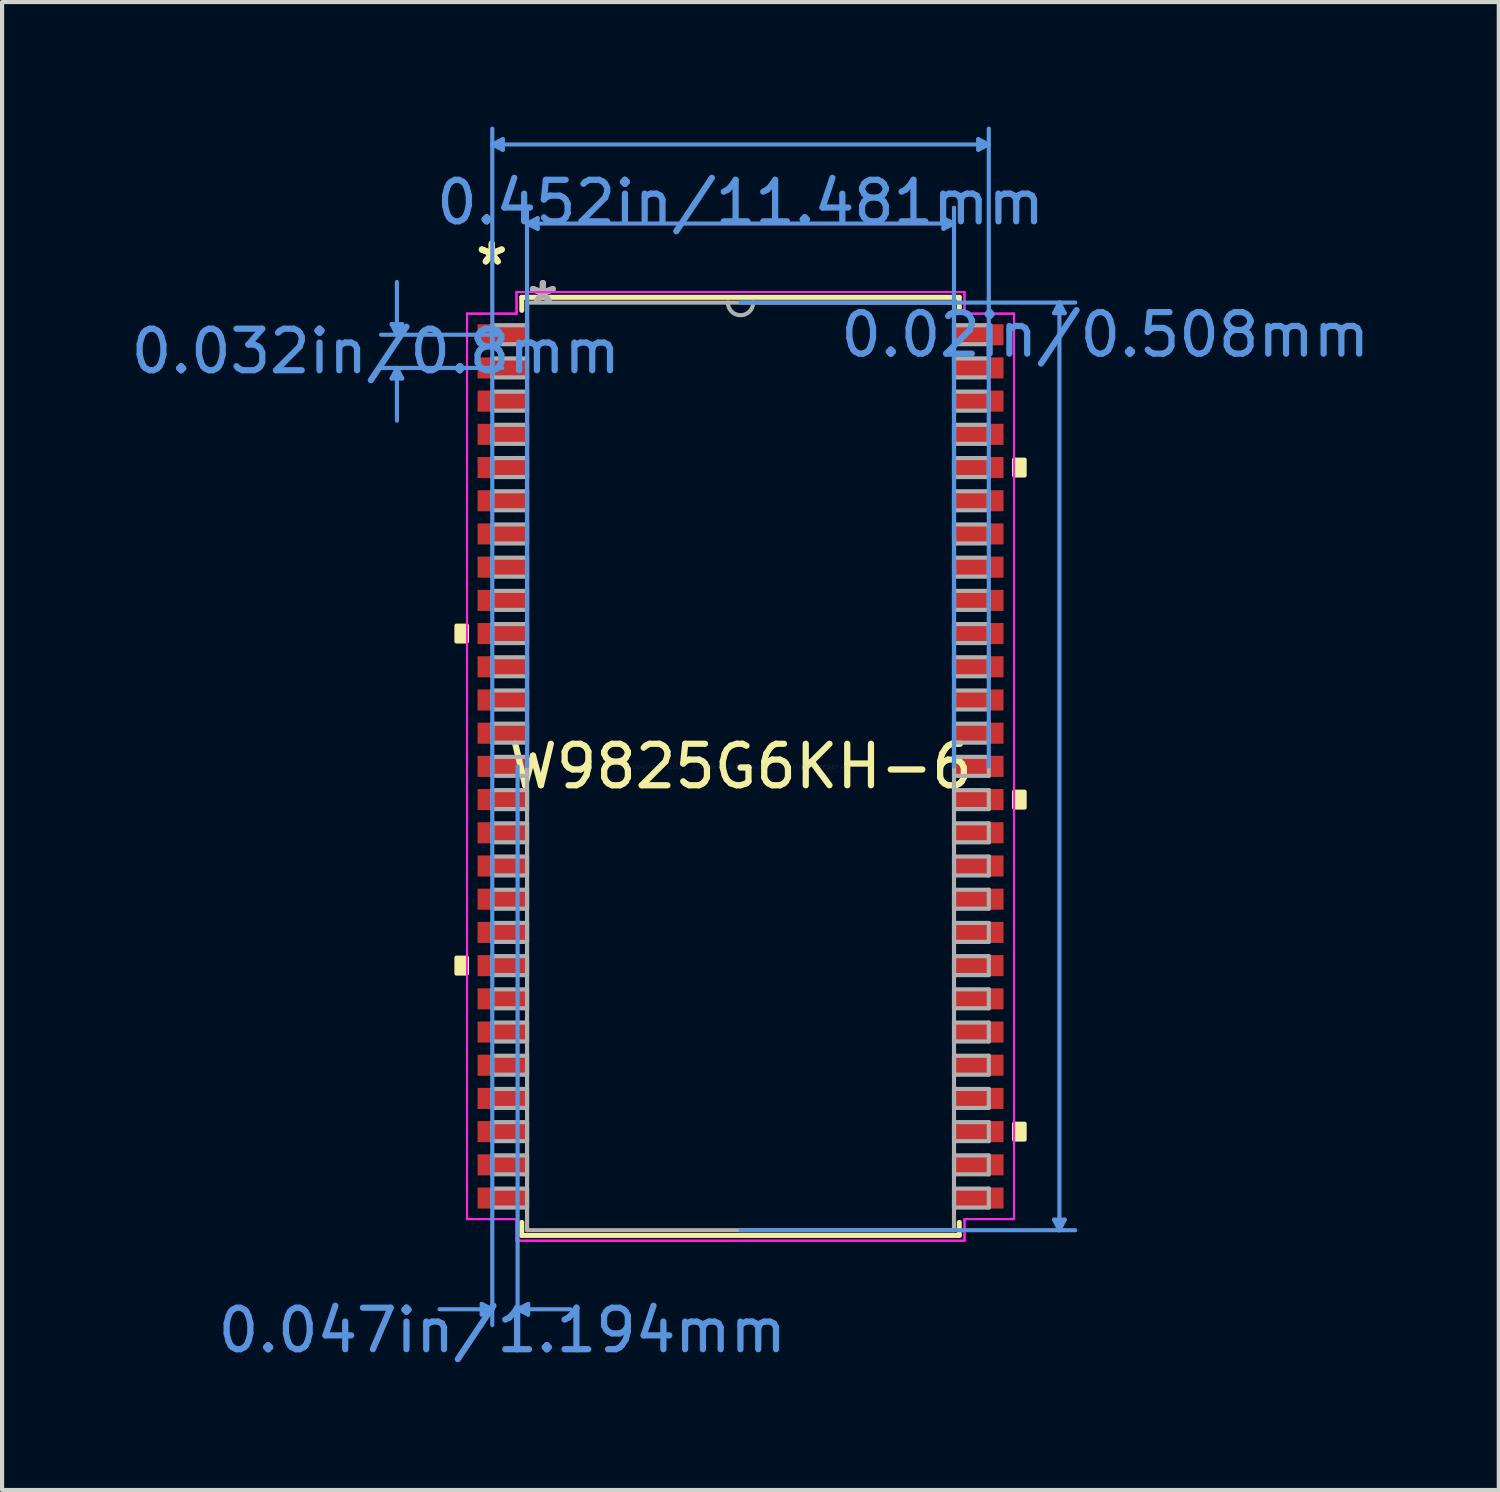
<source format=kicad_pcb>
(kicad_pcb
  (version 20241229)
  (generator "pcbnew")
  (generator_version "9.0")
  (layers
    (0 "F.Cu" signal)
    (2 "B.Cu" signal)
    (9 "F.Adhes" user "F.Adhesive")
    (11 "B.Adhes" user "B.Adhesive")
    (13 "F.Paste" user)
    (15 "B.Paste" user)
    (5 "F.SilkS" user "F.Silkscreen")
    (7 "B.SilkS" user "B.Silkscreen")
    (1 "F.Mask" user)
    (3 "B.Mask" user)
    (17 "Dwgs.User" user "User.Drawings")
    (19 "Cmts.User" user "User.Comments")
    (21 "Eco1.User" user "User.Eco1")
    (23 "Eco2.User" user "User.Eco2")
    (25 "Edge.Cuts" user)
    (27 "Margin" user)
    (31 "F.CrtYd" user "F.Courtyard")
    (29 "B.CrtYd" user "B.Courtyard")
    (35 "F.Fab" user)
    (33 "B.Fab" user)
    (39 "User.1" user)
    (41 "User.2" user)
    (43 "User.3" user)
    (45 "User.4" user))
  (footprint "W9825G6KH-6"
    (layer "F.Cu")
    (at 14.794 15.417)
    (property "Reference" "W9825G6KH-6" (at 0 0 0) (layer "F.SilkS") (effects (font (size 1 1) (thickness 0.15))))
    (attr through_hole)
    (fp_line (start -5.271 -11.303) (end -5.271 -10.988) (stroke (width 0.12) (type solid)) (layer "F.SilkS"))
    (fp_line (start -5.271 10.988) (end -5.271 11.303) (stroke (width 0.12) (type solid)) (layer "F.SilkS"))
    (fp_line (start -5.271 11.303) (end 5.271 11.303) (stroke (width 0.12) (type solid)) (layer "F.SilkS"))
    (fp_line (start 5.271 -11.303) (end -5.271 -11.303) (stroke (width 0.12) (type solid)) (layer "F.SilkS"))
    (fp_line (start 5.271 -10.988) (end 5.271 -11.303) (stroke (width 0.12) (type solid)) (layer "F.SilkS"))
    (fp_line (start 5.271 11.303) (end 5.271 10.988) (stroke (width 0.12) (type solid)) (layer "F.SilkS"))
    (fp_poly (pts (xy -6.845 -3.391) (xy -6.845 -3.01) (xy -6.591 -3.01) (xy -6.591 -3.391)) (stroke (width 0.1) (type solid)) (fill yes) (layer "F.SilkS"))
    (fp_poly (pts (xy -6.845 4.61) (xy -6.845 4.991) (xy -6.591 4.991) (xy -6.591 4.61)) (stroke (width 0.1) (type solid)) (fill yes) (layer "F.SilkS"))
    (fp_poly (pts (xy 6.845 -7.391) (xy 6.845 -7.01) (xy 6.591 -7.01) (xy 6.591 -7.391)) (stroke (width 0.1) (type solid)) (fill yes) (layer "F.SilkS"))
    (fp_poly (pts (xy 6.845 0.61) (xy 6.845 0.991) (xy 6.591 0.991) (xy 6.591 0.61)) (stroke (width 0.1) (type solid)) (fill yes) (layer "F.SilkS"))
    (fp_poly (pts (xy 6.845 8.611) (xy 6.845 8.992) (xy 6.591 8.992) (xy 6.591 8.611)) (stroke (width 0.1) (type solid)) (fill yes) (layer "F.SilkS"))
    (fp_line (start -8.407 -10.655) (end -8.153 -10.655) (stroke (width 0.1) (type solid)) (layer "Cmts.User"))
    (fp_line (start -8.407 -9.347) (end -8.153 -9.347) (stroke (width 0.1) (type solid)) (layer "Cmts.User"))
    (fp_line (start -8.28 -10.401) (end -8.407 -10.655) (stroke (width 0.1) (type solid)) (layer "Cmts.User"))
    (fp_line (start -8.28 -10.401) (end -8.28 -11.671) (stroke (width 0.1) (type solid)) (layer "Cmts.User"))
    (fp_line (start -8.28 -10.401) (end -8.153 -10.655) (stroke (width 0.1) (type solid)) (layer "Cmts.User"))
    (fp_line (start -8.28 -9.601) (end -8.407 -9.347) (stroke (width 0.1) (type solid)) (layer "Cmts.User"))
    (fp_line (start -8.28 -9.601) (end -8.28 -8.331) (stroke (width 0.1) (type solid)) (layer "Cmts.User"))
    (fp_line (start -8.28 -9.601) (end -8.153 -9.347) (stroke (width 0.1) (type solid)) (layer "Cmts.User"))
    (fp_line (start -6.236 12.954) (end -6.236 13.208) (stroke (width 0.1) (type solid)) (layer "Cmts.User"))
    (fp_line (start -5.982 -14.986) (end -5.728 -15.113) (stroke (width 0.1) (type solid)) (layer "Cmts.User"))
    (fp_line (start -5.982 -14.986) (end -5.728 -14.859) (stroke (width 0.1) (type solid)) (layer "Cmts.User"))
    (fp_line (start -5.982 -14.986) (end 5.982 -14.986) (stroke (width 0.1) (type solid)) (layer "Cmts.User"))
    (fp_line (start -5.982 0) (end -5.982 -15.367) (stroke (width 0.1) (type solid)) (layer "Cmts.User"))
    (fp_line (start -5.982 0) (end -5.982 13.462) (stroke (width 0.1) (type solid)) (layer "Cmts.User"))
    (fp_line (start -5.982 13.081) (end -7.252 13.081) (stroke (width 0.1) (type solid)) (layer "Cmts.User"))
    (fp_line (start -5.982 13.081) (end -6.236 12.954) (stroke (width 0.1) (type solid)) (layer "Cmts.User"))
    (fp_line (start -5.982 13.081) (end -6.236 13.208) (stroke (width 0.1) (type solid)) (layer "Cmts.User"))
    (fp_line (start -5.74 -10.401) (end -8.661 -10.401) (stroke (width 0.1) (type solid)) (layer "Cmts.User"))
    (fp_line (start -5.74 -9.601) (end -8.661 -9.601) (stroke (width 0.1) (type solid)) (layer "Cmts.User"))
    (fp_line (start -5.728 -15.113) (end -5.728 -14.859) (stroke (width 0.1) (type solid)) (layer "Cmts.User"))
    (fp_line (start -5.372 0) (end -5.372 13.462) (stroke (width 0.1) (type solid)) (layer "Cmts.User"))
    (fp_line (start -5.372 13.081) (end -5.118 12.954) (stroke (width 0.1) (type solid)) (layer "Cmts.User"))
    (fp_line (start -5.372 13.081) (end -5.118 13.208) (stroke (width 0.1) (type solid)) (layer "Cmts.User"))
    (fp_line (start -5.372 13.081) (end -4.102 13.081) (stroke (width 0.1) (type solid)) (layer "Cmts.User"))
    (fp_line (start -5.144 -13.081) (end -4.889 -13.208) (stroke (width 0.1) (type solid)) (layer "Cmts.User"))
    (fp_line (start -5.144 -13.081) (end -4.889 -12.954) (stroke (width 0.1) (type solid)) (layer "Cmts.User"))
    (fp_line (start -5.144 -13.081) (end 5.144 -13.081) (stroke (width 0.1) (type solid)) (layer "Cmts.User"))
    (fp_line (start -5.144 0) (end -5.144 -13.462) (stroke (width 0.1) (type solid)) (layer "Cmts.User"))
    (fp_line (start -5.118 12.954) (end -5.118 13.208) (stroke (width 0.1) (type solid)) (layer "Cmts.User"))
    (fp_line (start -4.889 -13.208) (end -4.889 -12.954) (stroke (width 0.1) (type solid)) (layer "Cmts.User"))
    (fp_line (start 0 -11.176) (end 8.065 -11.176) (stroke (width 0.1) (type solid)) (layer "Cmts.User"))
    (fp_line (start 0 11.176) (end 8.065 11.176) (stroke (width 0.1) (type solid)) (layer "Cmts.User"))
    (fp_line (start 4.889 -13.208) (end 4.889 -12.954) (stroke (width 0.1) (type solid)) (layer "Cmts.User"))
    (fp_line (start 5.144 -13.081) (end 4.889 -13.208) (stroke (width 0.1) (type solid)) (layer "Cmts.User"))
    (fp_line (start 5.144 -13.081) (end 4.889 -12.954) (stroke (width 0.1) (type solid)) (layer "Cmts.User"))
    (fp_line (start 5.144 0) (end 5.144 -13.462) (stroke (width 0.1) (type solid)) (layer "Cmts.User"))
    (fp_line (start 5.728 -15.113) (end 5.728 -14.859) (stroke (width 0.1) (type solid)) (layer "Cmts.User"))
    (fp_line (start 5.982 -14.986) (end 5.728 -15.113) (stroke (width 0.1) (type solid)) (layer "Cmts.User"))
    (fp_line (start 5.982 -14.986) (end 5.728 -14.859) (stroke (width 0.1) (type solid)) (layer "Cmts.User"))
    (fp_line (start 5.982 0) (end 5.982 -15.367) (stroke (width 0.1) (type solid)) (layer "Cmts.User"))
    (fp_line (start 7.556 -10.922) (end 7.811 -10.922) (stroke (width 0.1) (type solid)) (layer "Cmts.User"))
    (fp_line (start 7.556 10.922) (end 7.811 10.922) (stroke (width 0.1) (type solid)) (layer "Cmts.User"))
    (fp_line (start 7.684 -11.176) (end 7.556 -10.922) (stroke (width 0.1) (type solid)) (layer "Cmts.User"))
    (fp_line (start 7.684 -11.176) (end 7.684 11.176) (stroke (width 0.1) (type solid)) (layer "Cmts.User"))
    (fp_line (start 7.684 -11.176) (end 7.811 -10.922) (stroke (width 0.1) (type solid)) (layer "Cmts.User"))
    (fp_line (start 7.684 11.176) (end 7.556 10.922) (stroke (width 0.1) (type solid)) (layer "Cmts.User"))
    (fp_line (start 7.684 11.176) (end 7.811 10.922) (stroke (width 0.1) (type solid)) (layer "Cmts.User"))
    (fp_line (start -6.591 -10.909) (end -5.397 -10.909) (stroke (width 0.05) (type solid)) (layer "F.CrtYd"))
    (fp_line (start -6.591 -10.909) (end -5.397 -10.909) (stroke (width 0.05) (type solid)) (layer "F.CrtYd"))
    (fp_line (start -6.591 10.909) (end -6.591 -10.909) (stroke (width 0.05) (type solid)) (layer "F.CrtYd"))
    (fp_line (start -6.591 10.909) (end -6.591 -10.909) (stroke (width 0.05) (type solid)) (layer "F.CrtYd"))
    (fp_line (start -6.591 10.909) (end -5.397 10.909) (stroke (width 0.05) (type solid)) (layer "F.CrtYd"))
    (fp_line (start -5.397 -11.43) (end 5.397 -11.43) (stroke (width 0.05) (type solid)) (layer "F.CrtYd"))
    (fp_line (start -5.397 -11.43) (end 5.397 -11.43) (stroke (width 0.05) (type solid)) (layer "F.CrtYd"))
    (fp_line (start -5.397 -10.909) (end -5.397 -11.43) (stroke (width 0.05) (type solid)) (layer "F.CrtYd"))
    (fp_line (start -5.397 -10.909) (end -5.397 -11.43) (stroke (width 0.05) (type solid)) (layer "F.CrtYd"))
    (fp_line (start -5.397 10.909) (end -6.591 10.909) (stroke (width 0.05) (type solid)) (layer "F.CrtYd"))
    (fp_line (start -5.397 11.43) (end -5.397 10.909) (stroke (width 0.05) (type solid)) (layer "F.CrtYd"))
    (fp_line (start -5.397 11.43) (end -5.397 10.909) (stroke (width 0.05) (type solid)) (layer "F.CrtYd"))
    (fp_line (start 5.397 -11.43) (end 5.397 -10.909) (stroke (width 0.05) (type solid)) (layer "F.CrtYd"))
    (fp_line (start 5.397 -11.43) (end 5.397 -10.909) (stroke (width 0.05) (type solid)) (layer "F.CrtYd"))
    (fp_line (start 5.397 -10.909) (end 6.591 -10.909) (stroke (width 0.05) (type solid)) (layer "F.CrtYd"))
    (fp_line (start 5.397 10.909) (end 5.397 11.43) (stroke (width 0.05) (type solid)) (layer "F.CrtYd"))
    (fp_line (start 5.397 10.909) (end 5.397 11.43) (stroke (width 0.05) (type solid)) (layer "F.CrtYd"))
    (fp_line (start 5.397 11.43) (end -5.397 11.43) (stroke (width 0.05) (type solid)) (layer "F.CrtYd"))
    (fp_line (start 5.397 11.43) (end -5.397 11.43) (stroke (width 0.05) (type solid)) (layer "F.CrtYd"))
    (fp_line (start 6.591 -10.909) (end 5.397 -10.909) (stroke (width 0.05) (type solid)) (layer "F.CrtYd"))
    (fp_line (start 6.591 -10.909) (end 6.591 10.909) (stroke (width 0.05) (type solid)) (layer "F.CrtYd"))
    (fp_line (start 6.591 -10.909) (end 6.591 10.909) (stroke (width 0.05) (type solid)) (layer "F.CrtYd"))
    (fp_line (start 6.591 10.909) (end 5.397 10.909) (stroke (width 0.05) (type solid)) (layer "F.CrtYd"))
    (fp_line (start 6.591 10.909) (end 5.397 10.909) (stroke (width 0.05) (type solid)) (layer "F.CrtYd"))
    (fp_line (start -5.982 -10.63) (end -5.982 -10.173) (stroke (width 0.1) (type solid)) (layer "F.Fab"))
    (fp_line (start -5.982 -10.173) (end -5.144 -10.173) (stroke (width 0.1) (type solid)) (layer "F.Fab"))
    (fp_line (start -5.982 -9.83) (end -5.982 -9.373) (stroke (width 0.1) (type solid)) (layer "F.Fab"))
    (fp_line (start -5.982 -9.373) (end -5.144 -9.373) (stroke (width 0.1) (type solid)) (layer "F.Fab"))
    (fp_line (start -5.982 -9.03) (end -5.982 -8.572) (stroke (width 0.1) (type solid)) (layer "F.Fab"))
    (fp_line (start -5.982 -8.572) (end -5.144 -8.572) (stroke (width 0.1) (type solid)) (layer "F.Fab"))
    (fp_line (start -5.982 -8.23) (end -5.982 -7.772) (stroke (width 0.1) (type solid)) (layer "F.Fab"))
    (fp_line (start -5.982 -7.772) (end -5.144 -7.772) (stroke (width 0.1) (type solid)) (layer "F.Fab"))
    (fp_line (start -5.982 -7.429) (end -5.982 -6.972) (stroke (width 0.1) (type solid)) (layer "F.Fab"))
    (fp_line (start -5.982 -6.972) (end -5.144 -6.972) (stroke (width 0.1) (type solid)) (layer "F.Fab"))
    (fp_line (start -5.982 -6.629) (end -5.982 -6.172) (stroke (width 0.1) (type solid)) (layer "F.Fab"))
    (fp_line (start -5.982 -6.172) (end -5.144 -6.172) (stroke (width 0.1) (type solid)) (layer "F.Fab"))
    (fp_line (start -5.982 -5.829) (end -5.982 -5.372) (stroke (width 0.1) (type solid)) (layer "F.Fab"))
    (fp_line (start -5.982 -5.372) (end -5.144 -5.372) (stroke (width 0.1) (type solid)) (layer "F.Fab"))
    (fp_line (start -5.982 -5.029) (end -5.982 -4.572) (stroke (width 0.1) (type solid)) (layer "F.Fab"))
    (fp_line (start -5.982 -4.572) (end -5.144 -4.572) (stroke (width 0.1) (type solid)) (layer "F.Fab"))
    (fp_line (start -5.982 -4.229) (end -5.982 -3.772) (stroke (width 0.1) (type solid)) (layer "F.Fab"))
    (fp_line (start -5.982 -3.772) (end -5.144 -3.772) (stroke (width 0.1) (type solid)) (layer "F.Fab"))
    (fp_line (start -5.982 -3.429) (end -5.982 -2.972) (stroke (width 0.1) (type solid)) (layer "F.Fab"))
    (fp_line (start -5.982 -2.972) (end -5.144 -2.972) (stroke (width 0.1) (type solid)) (layer "F.Fab"))
    (fp_line (start -5.982 -2.629) (end -5.982 -2.172) (stroke (width 0.1) (type solid)) (layer "F.Fab"))
    (fp_line (start -5.982 -2.172) (end -5.144 -2.172) (stroke (width 0.1) (type solid)) (layer "F.Fab"))
    (fp_line (start -5.982 -1.829) (end -5.982 -1.372) (stroke (width 0.1) (type solid)) (layer "F.Fab"))
    (fp_line (start -5.982 -1.372) (end -5.144 -1.372) (stroke (width 0.1) (type solid)) (layer "F.Fab"))
    (fp_line (start -5.982 -1.029) (end -5.982 -0.572) (stroke (width 0.1) (type solid)) (layer "F.Fab"))
    (fp_line (start -5.982 -0.572) (end -5.144 -0.572) (stroke (width 0.1) (type solid)) (layer "F.Fab"))
    (fp_line (start -5.982 -0.229) (end -5.982 0.229) (stroke (width 0.1) (type solid)) (layer "F.Fab"))
    (fp_line (start -5.982 0.229) (end -5.144 0.229) (stroke (width 0.1) (type solid)) (layer "F.Fab"))
    (fp_line (start -5.982 0.572) (end -5.982 1.029) (stroke (width 0.1) (type solid)) (layer "F.Fab"))
    (fp_line (start -5.982 1.029) (end -5.144 1.029) (stroke (width 0.1) (type solid)) (layer "F.Fab"))
    (fp_line (start -5.982 1.372) (end -5.982 1.829) (stroke (width 0.1) (type solid)) (layer "F.Fab"))
    (fp_line (start -5.982 1.829) (end -5.144 1.829) (stroke (width 0.1) (type solid)) (layer "F.Fab"))
    (fp_line (start -5.982 2.172) (end -5.982 2.629) (stroke (width 0.1) (type solid)) (layer "F.Fab"))
    (fp_line (start -5.982 2.629) (end -5.144 2.629) (stroke (width 0.1) (type solid)) (layer "F.Fab"))
    (fp_line (start -5.982 2.972) (end -5.982 3.429) (stroke (width 0.1) (type solid)) (layer "F.Fab"))
    (fp_line (start -5.982 3.429) (end -5.144 3.429) (stroke (width 0.1) (type solid)) (layer "F.Fab"))
    (fp_line (start -5.982 3.772) (end -5.982 4.229) (stroke (width 0.1) (type solid)) (layer "F.Fab"))
    (fp_line (start -5.982 4.229) (end -5.144 4.229) (stroke (width 0.1) (type solid)) (layer "F.Fab"))
    (fp_line (start -5.982 4.572) (end -5.982 5.029) (stroke (width 0.1) (type solid)) (layer "F.Fab"))
    (fp_line (start -5.982 5.029) (end -5.144 5.029) (stroke (width 0.1) (type solid)) (layer "F.Fab"))
    (fp_line (start -5.982 5.372) (end -5.982 5.829) (stroke (width 0.1) (type solid)) (layer "F.Fab"))
    (fp_line (start -5.982 5.829) (end -5.144 5.829) (stroke (width 0.1) (type solid)) (layer "F.Fab"))
    (fp_line (start -5.982 6.172) (end -5.982 6.629) (stroke (width 0.1) (type solid)) (layer "F.Fab"))
    (fp_line (start -5.982 6.629) (end -5.144 6.629) (stroke (width 0.1) (type solid)) (layer "F.Fab"))
    (fp_line (start -5.982 6.972) (end -5.982 7.429) (stroke (width 0.1) (type solid)) (layer "F.Fab"))
    (fp_line (start -5.982 7.429) (end -5.144 7.429) (stroke (width 0.1) (type solid)) (layer "F.Fab"))
    (fp_line (start -5.982 7.772) (end -5.982 8.23) (stroke (width 0.1) (type solid)) (layer "F.Fab"))
    (fp_line (start -5.982 8.23) (end -5.144 8.23) (stroke (width 0.1) (type solid)) (layer "F.Fab"))
    (fp_line (start -5.982 8.572) (end -5.982 9.03) (stroke (width 0.1) (type solid)) (layer "F.Fab"))
    (fp_line (start -5.982 9.03) (end -5.144 9.03) (stroke (width 0.1) (type solid)) (layer "F.Fab"))
    (fp_line (start -5.982 9.373) (end -5.982 9.83) (stroke (width 0.1) (type solid)) (layer "F.Fab"))
    (fp_line (start -5.982 9.83) (end -5.144 9.83) (stroke (width 0.1) (type solid)) (layer "F.Fab"))
    (fp_line (start -5.982 10.173) (end -5.982 10.63) (stroke (width 0.1) (type solid)) (layer "F.Fab"))
    (fp_line (start -5.982 10.63) (end -5.144 10.63) (stroke (width 0.1) (type solid)) (layer "F.Fab"))
    (fp_line (start -5.144 -11.176) (end -5.144 11.176) (stroke (width 0.1) (type solid)) (layer "F.Fab"))
    (fp_line (start -5.144 -10.63) (end -5.982 -10.63) (stroke (width 0.1) (type solid)) (layer "F.Fab"))
    (fp_line (start -5.144 -10.173) (end -5.144 -10.63) (stroke (width 0.1) (type solid)) (layer "F.Fab"))
    (fp_line (start -5.144 -9.83) (end -5.982 -9.83) (stroke (width 0.1) (type solid)) (layer "F.Fab"))
    (fp_line (start -5.144 -9.373) (end -5.144 -9.83) (stroke (width 0.1) (type solid)) (layer "F.Fab"))
    (fp_line (start -5.144 -9.03) (end -5.982 -9.03) (stroke (width 0.1) (type solid)) (layer "F.Fab"))
    (fp_line (start -5.144 -8.572) (end -5.144 -9.03) (stroke (width 0.1) (type solid)) (layer "F.Fab"))
    (fp_line (start -5.144 -8.23) (end -5.982 -8.23) (stroke (width 0.1) (type solid)) (layer "F.Fab"))
    (fp_line (start -5.144 -7.772) (end -5.144 -8.23) (stroke (width 0.1) (type solid)) (layer "F.Fab"))
    (fp_line (start -5.144 -7.429) (end -5.982 -7.429) (stroke (width 0.1) (type solid)) (layer "F.Fab"))
    (fp_line (start -5.144 -6.972) (end -5.144 -7.429) (stroke (width 0.1) (type solid)) (layer "F.Fab"))
    (fp_line (start -5.144 -6.629) (end -5.982 -6.629) (stroke (width 0.1) (type solid)) (layer "F.Fab"))
    (fp_line (start -5.144 -6.172) (end -5.144 -6.629) (stroke (width 0.1) (type solid)) (layer "F.Fab"))
    (fp_line (start -5.144 -5.829) (end -5.982 -5.829) (stroke (width 0.1) (type solid)) (layer "F.Fab"))
    (fp_line (start -5.144 -5.372) (end -5.144 -5.829) (stroke (width 0.1) (type solid)) (layer "F.Fab"))
    (fp_line (start -5.144 -5.029) (end -5.982 -5.029) (stroke (width 0.1) (type solid)) (layer "F.Fab"))
    (fp_line (start -5.144 -4.572) (end -5.144 -5.029) (stroke (width 0.1) (type solid)) (layer "F.Fab"))
    (fp_line (start -5.144 -4.229) (end -5.982 -4.229) (stroke (width 0.1) (type solid)) (layer "F.Fab"))
    (fp_line (start -5.144 -3.772) (end -5.144 -4.229) (stroke (width 0.1) (type solid)) (layer "F.Fab"))
    (fp_line (start -5.144 -3.429) (end -5.982 -3.429) (stroke (width 0.1) (type solid)) (layer "F.Fab"))
    (fp_line (start -5.144 -2.972) (end -5.144 -3.429) (stroke (width 0.1) (type solid)) (layer "F.Fab"))
    (fp_line (start -5.144 -2.629) (end -5.982 -2.629) (stroke (width 0.1) (type solid)) (layer "F.Fab"))
    (fp_line (start -5.144 -2.172) (end -5.144 -2.629) (stroke (width 0.1) (type solid)) (layer "F.Fab"))
    (fp_line (start -5.144 -1.829) (end -5.982 -1.829) (stroke (width 0.1) (type solid)) (layer "F.Fab"))
    (fp_line (start -5.144 -1.372) (end -5.144 -1.829) (stroke (width 0.1) (type solid)) (layer "F.Fab"))
    (fp_line (start -5.144 -1.029) (end -5.982 -1.029) (stroke (width 0.1) (type solid)) (layer "F.Fab"))
    (fp_line (start -5.144 -0.572) (end -5.144 -1.029) (stroke (width 0.1) (type solid)) (layer "F.Fab"))
    (fp_line (start -5.144 -0.229) (end -5.982 -0.229) (stroke (width 0.1) (type solid)) (layer "F.Fab"))
    (fp_line (start -5.144 0.229) (end -5.144 -0.229) (stroke (width 0.1) (type solid)) (layer "F.Fab"))
    (fp_line (start -5.144 0.572) (end -5.982 0.572) (stroke (width 0.1) (type solid)) (layer "F.Fab"))
    (fp_line (start -5.144 1.029) (end -5.144 0.572) (stroke (width 0.1) (type solid)) (layer "F.Fab"))
    (fp_line (start -5.144 1.372) (end -5.982 1.372) (stroke (width 0.1) (type solid)) (layer "F.Fab"))
    (fp_line (start -5.144 1.829) (end -5.144 1.372) (stroke (width 0.1) (type solid)) (layer "F.Fab"))
    (fp_line (start -5.144 2.172) (end -5.982 2.172) (stroke (width 0.1) (type solid)) (layer "F.Fab"))
    (fp_line (start -5.144 2.629) (end -5.144 2.172) (stroke (width 0.1) (type solid)) (layer "F.Fab"))
    (fp_line (start -5.144 2.972) (end -5.982 2.972) (stroke (width 0.1) (type solid)) (layer "F.Fab"))
    (fp_line (start -5.144 3.429) (end -5.144 2.972) (stroke (width 0.1) (type solid)) (layer "F.Fab"))
    (fp_line (start -5.144 3.772) (end -5.982 3.772) (stroke (width 0.1) (type solid)) (layer "F.Fab"))
    (fp_line (start -5.144 4.229) (end -5.144 3.772) (stroke (width 0.1) (type solid)) (layer "F.Fab"))
    (fp_line (start -5.144 4.572) (end -5.982 4.572) (stroke (width 0.1) (type solid)) (layer "F.Fab"))
    (fp_line (start -5.144 5.029) (end -5.144 4.572) (stroke (width 0.1) (type solid)) (layer "F.Fab"))
    (fp_line (start -5.144 5.372) (end -5.982 5.372) (stroke (width 0.1) (type solid)) (layer "F.Fab"))
    (fp_line (start -5.144 5.829) (end -5.144 5.372) (stroke (width 0.1) (type solid)) (layer "F.Fab"))
    (fp_line (start -5.144 6.172) (end -5.982 6.172) (stroke (width 0.1) (type solid)) (layer "F.Fab"))
    (fp_line (start -5.144 6.629) (end -5.144 6.172) (stroke (width 0.1) (type solid)) (layer "F.Fab"))
    (fp_line (start -5.144 6.972) (end -5.982 6.972) (stroke (width 0.1) (type solid)) (layer "F.Fab"))
    (fp_line (start -5.144 7.429) (end -5.144 6.972) (stroke (width 0.1) (type solid)) (layer "F.Fab"))
    (fp_line (start -5.144 7.772) (end -5.982 7.772) (stroke (width 0.1) (type solid)) (layer "F.Fab"))
    (fp_line (start -5.144 8.23) (end -5.144 7.772) (stroke (width 0.1) (type solid)) (layer "F.Fab"))
    (fp_line (start -5.144 8.572) (end -5.982 8.572) (stroke (width 0.1) (type solid)) (layer "F.Fab"))
    (fp_line (start -5.144 9.03) (end -5.144 8.572) (stroke (width 0.1) (type solid)) (layer "F.Fab"))
    (fp_line (start -5.144 9.373) (end -5.982 9.373) (stroke (width 0.1) (type solid)) (layer "F.Fab"))
    (fp_line (start -5.144 9.83) (end -5.144 9.373) (stroke (width 0.1) (type solid)) (layer "F.Fab"))
    (fp_line (start -5.144 10.173) (end -5.982 10.173) (stroke (width 0.1) (type solid)) (layer "F.Fab"))
    (fp_line (start -5.144 10.63) (end -5.144 10.173) (stroke (width 0.1) (type solid)) (layer "F.Fab"))
    (fp_line (start -5.144 11.176) (end 5.144 11.176) (stroke (width 0.1) (type solid)) (layer "F.Fab"))
    (fp_line (start 5.144 -11.176) (end -5.144 -11.176) (stroke (width 0.1) (type solid)) (layer "F.Fab"))
    (fp_line (start 5.144 -10.63) (end 5.144 -10.173) (stroke (width 0.1) (type solid)) (layer "F.Fab"))
    (fp_line (start 5.144 -10.173) (end 5.982 -10.173) (stroke (width 0.1) (type solid)) (layer "F.Fab"))
    (fp_line (start 5.144 -9.83) (end 5.144 -9.373) (stroke (width 0.1) (type solid)) (layer "F.Fab"))
    (fp_line (start 5.144 -9.373) (end 5.982 -9.373) (stroke (width 0.1) (type solid)) (layer "F.Fab"))
    (fp_line (start 5.144 -9.03) (end 5.144 -8.572) (stroke (width 0.1) (type solid)) (layer "F.Fab"))
    (fp_line (start 5.144 -8.572) (end 5.982 -8.572) (stroke (width 0.1) (type solid)) (layer "F.Fab"))
    (fp_line (start 5.144 -8.23) (end 5.144 -7.772) (stroke (width 0.1) (type solid)) (layer "F.Fab"))
    (fp_line (start 5.144 -7.772) (end 5.982 -7.772) (stroke (width 0.1) (type solid)) (layer "F.Fab"))
    (fp_line (start 5.144 -7.429) (end 5.144 -6.972) (stroke (width 0.1) (type solid)) (layer "F.Fab"))
    (fp_line (start 5.144 -6.972) (end 5.982 -6.972) (stroke (width 0.1) (type solid)) (layer "F.Fab"))
    (fp_line (start 5.144 -6.629) (end 5.144 -6.172) (stroke (width 0.1) (type solid)) (layer "F.Fab"))
    (fp_line (start 5.144 -6.172) (end 5.982 -6.172) (stroke (width 0.1) (type solid)) (layer "F.Fab"))
    (fp_line (start 5.144 -5.829) (end 5.144 -5.372) (stroke (width 0.1) (type solid)) (layer "F.Fab"))
    (fp_line (start 5.144 -5.372) (end 5.982 -5.372) (stroke (width 0.1) (type solid)) (layer "F.Fab"))
    (fp_line (start 5.144 -5.029) (end 5.144 -4.572) (stroke (width 0.1) (type solid)) (layer "F.Fab"))
    (fp_line (start 5.144 -4.572) (end 5.982 -4.572) (stroke (width 0.1) (type solid)) (layer "F.Fab"))
    (fp_line (start 5.144 -4.229) (end 5.144 -3.772) (stroke (width 0.1) (type solid)) (layer "F.Fab"))
    (fp_line (start 5.144 -3.772) (end 5.982 -3.772) (stroke (width 0.1) (type solid)) (layer "F.Fab"))
    (fp_line (start 5.144 -3.429) (end 5.144 -2.972) (stroke (width 0.1) (type solid)) (layer "F.Fab"))
    (fp_line (start 5.144 -2.972) (end 5.982 -2.972) (stroke (width 0.1) (type solid)) (layer "F.Fab"))
    (fp_line (start 5.144 -2.629) (end 5.144 -2.172) (stroke (width 0.1) (type solid)) (layer "F.Fab"))
    (fp_line (start 5.144 -2.172) (end 5.982 -2.172) (stroke (width 0.1) (type solid)) (layer "F.Fab"))
    (fp_line (start 5.144 -1.829) (end 5.144 -1.372) (stroke (width 0.1) (type solid)) (layer "F.Fab"))
    (fp_line (start 5.144 -1.372) (end 5.982 -1.372) (stroke (width 0.1) (type solid)) (layer "F.Fab"))
    (fp_line (start 5.144 -1.029) (end 5.144 -0.572) (stroke (width 0.1) (type solid)) (layer "F.Fab"))
    (fp_line (start 5.144 -0.572) (end 5.982 -0.572) (stroke (width 0.1) (type solid)) (layer "F.Fab"))
    (fp_line (start 5.144 -0.229) (end 5.144 0.229) (stroke (width 0.1) (type solid)) (layer "F.Fab"))
    (fp_line (start 5.144 0.229) (end 5.982 0.229) (stroke (width 0.1) (type solid)) (layer "F.Fab"))
    (fp_line (start 5.144 0.572) (end 5.144 1.029) (stroke (width 0.1) (type solid)) (layer "F.Fab"))
    (fp_line (start 5.144 1.029) (end 5.982 1.029) (stroke (width 0.1) (type solid)) (layer "F.Fab"))
    (fp_line (start 5.144 1.372) (end 5.144 1.829) (stroke (width 0.1) (type solid)) (layer "F.Fab"))
    (fp_line (start 5.144 1.829) (end 5.982 1.829) (stroke (width 0.1) (type solid)) (layer "F.Fab"))
    (fp_line (start 5.144 2.172) (end 5.144 2.629) (stroke (width 0.1) (type solid)) (layer "F.Fab"))
    (fp_line (start 5.144 2.629) (end 5.982 2.629) (stroke (width 0.1) (type solid)) (layer "F.Fab"))
    (fp_line (start 5.144 2.972) (end 5.144 3.429) (stroke (width 0.1) (type solid)) (layer "F.Fab"))
    (fp_line (start 5.144 3.429) (end 5.982 3.429) (stroke (width 0.1) (type solid)) (layer "F.Fab"))
    (fp_line (start 5.144 3.772) (end 5.144 4.229) (stroke (width 0.1) (type solid)) (layer "F.Fab"))
    (fp_line (start 5.144 4.229) (end 5.982 4.229) (stroke (width 0.1) (type solid)) (layer "F.Fab"))
    (fp_line (start 5.144 4.572) (end 5.144 5.029) (stroke (width 0.1) (type solid)) (layer "F.Fab"))
    (fp_line (start 5.144 5.029) (end 5.982 5.029) (stroke (width 0.1) (type solid)) (layer "F.Fab"))
    (fp_line (start 5.144 5.372) (end 5.144 5.829) (stroke (width 0.1) (type solid)) (layer "F.Fab"))
    (fp_line (start 5.144 5.829) (end 5.982 5.829) (stroke (width 0.1) (type solid)) (layer "F.Fab"))
    (fp_line (start 5.144 6.172) (end 5.144 6.629) (stroke (width 0.1) (type solid)) (layer "F.Fab"))
    (fp_line (start 5.144 6.629) (end 5.982 6.629) (stroke (width 0.1) (type solid)) (layer "F.Fab"))
    (fp_line (start 5.144 6.972) (end 5.144 7.429) (stroke (width 0.1) (type solid)) (layer "F.Fab"))
    (fp_line (start 5.144 7.429) (end 5.982 7.429) (stroke (width 0.1) (type solid)) (layer "F.Fab"))
    (fp_line (start 5.144 7.772) (end 5.144 8.23) (stroke (width 0.1) (type solid)) (layer "F.Fab"))
    (fp_line (start 5.144 8.23) (end 5.982 8.23) (stroke (width 0.1) (type solid)) (layer "F.Fab"))
    (fp_line (start 5.144 8.572) (end 5.144 9.03) (stroke (width 0.1) (type solid)) (layer "F.Fab"))
    (fp_line (start 5.144 9.03) (end 5.982 9.03) (stroke (width 0.1) (type solid)) (layer "F.Fab"))
    (fp_line (start 5.144 9.373) (end 5.144 9.83) (stroke (width 0.1) (type solid)) (layer "F.Fab"))
    (fp_line (start 5.144 9.83) (end 5.982 9.83) (stroke (width 0.1) (type solid)) (layer "F.Fab"))
    (fp_line (start 5.144 10.173) (end 5.144 10.63) (stroke (width 0.1) (type solid)) (layer "F.Fab"))
    (fp_line (start 5.144 10.63) (end 5.982 10.63) (stroke (width 0.1) (type solid)) (layer "F.Fab"))
    (fp_line (start 5.144 11.176) (end 5.144 -11.176) (stroke (width 0.1) (type solid)) (layer "F.Fab"))
    (fp_line (start 5.982 -10.63) (end 5.144 -10.63) (stroke (width 0.1) (type solid)) (layer "F.Fab"))
    (fp_line (start 5.982 -10.173) (end 5.982 -10.63) (stroke (width 0.1) (type solid)) (layer "F.Fab"))
    (fp_line (start 5.982 -9.83) (end 5.144 -9.83) (stroke (width 0.1) (type solid)) (layer "F.Fab"))
    (fp_line (start 5.982 -9.373) (end 5.982 -9.83) (stroke (width 0.1) (type solid)) (layer "F.Fab"))
    (fp_line (start 5.982 -9.03) (end 5.144 -9.03) (stroke (width 0.1) (type solid)) (layer "F.Fab"))
    (fp_line (start 5.982 -8.572) (end 5.982 -9.03) (stroke (width 0.1) (type solid)) (layer "F.Fab"))
    (fp_line (start 5.982 -8.23) (end 5.144 -8.23) (stroke (width 0.1) (type solid)) (layer "F.Fab"))
    (fp_line (start 5.982 -7.772) (end 5.982 -8.23) (stroke (width 0.1) (type solid)) (layer "F.Fab"))
    (fp_line (start 5.982 -7.429) (end 5.144 -7.429) (stroke (width 0.1) (type solid)) (layer "F.Fab"))
    (fp_line (start 5.982 -6.972) (end 5.982 -7.429) (stroke (width 0.1) (type solid)) (layer "F.Fab"))
    (fp_line (start 5.982 -6.629) (end 5.144 -6.629) (stroke (width 0.1) (type solid)) (layer "F.Fab"))
    (fp_line (start 5.982 -6.172) (end 5.982 -6.629) (stroke (width 0.1) (type solid)) (layer "F.Fab"))
    (fp_line (start 5.982 -5.829) (end 5.144 -5.829) (stroke (width 0.1) (type solid)) (layer "F.Fab"))
    (fp_line (start 5.982 -5.372) (end 5.982 -5.829) (stroke (width 0.1) (type solid)) (layer "F.Fab"))
    (fp_line (start 5.982 -5.029) (end 5.144 -5.029) (stroke (width 0.1) (type solid)) (layer "F.Fab"))
    (fp_line (start 5.982 -4.572) (end 5.982 -5.029) (stroke (width 0.1) (type solid)) (layer "F.Fab"))
    (fp_line (start 5.982 -4.229) (end 5.144 -4.229) (stroke (width 0.1) (type solid)) (layer "F.Fab"))
    (fp_line (start 5.982 -3.772) (end 5.982 -4.229) (stroke (width 0.1) (type solid)) (layer "F.Fab"))
    (fp_line (start 5.982 -3.429) (end 5.144 -3.429) (stroke (width 0.1) (type solid)) (layer "F.Fab"))
    (fp_line (start 5.982 -2.972) (end 5.982 -3.429) (stroke (width 0.1) (type solid)) (layer "F.Fab"))
    (fp_line (start 5.982 -2.629) (end 5.144 -2.629) (stroke (width 0.1) (type solid)) (layer "F.Fab"))
    (fp_line (start 5.982 -2.172) (end 5.982 -2.629) (stroke (width 0.1) (type solid)) (layer "F.Fab"))
    (fp_line (start 5.982 -1.829) (end 5.144 -1.829) (stroke (width 0.1) (type solid)) (layer "F.Fab"))
    (fp_line (start 5.982 -1.372) (end 5.982 -1.829) (stroke (width 0.1) (type solid)) (layer "F.Fab"))
    (fp_line (start 5.982 -1.029) (end 5.144 -1.029) (stroke (width 0.1) (type solid)) (layer "F.Fab"))
    (fp_line (start 5.982 -0.572) (end 5.982 -1.029) (stroke (width 0.1) (type solid)) (layer "F.Fab"))
    (fp_line (start 5.982 -0.229) (end 5.144 -0.229) (stroke (width 0.1) (type solid)) (layer "F.Fab"))
    (fp_line (start 5.982 0.229) (end 5.982 -0.229) (stroke (width 0.1) (type solid)) (layer "F.Fab"))
    (fp_line (start 5.982 0.572) (end 5.144 0.572) (stroke (width 0.1) (type solid)) (layer "F.Fab"))
    (fp_line (start 5.982 1.029) (end 5.982 0.572) (stroke (width 0.1) (type solid)) (layer "F.Fab"))
    (fp_line (start 5.982 1.372) (end 5.144 1.372) (stroke (width 0.1) (type solid)) (layer "F.Fab"))
    (fp_line (start 5.982 1.829) (end 5.982 1.372) (stroke (width 0.1) (type solid)) (layer "F.Fab"))
    (fp_line (start 5.982 2.172) (end 5.144 2.172) (stroke (width 0.1) (type solid)) (layer "F.Fab"))
    (fp_line (start 5.982 2.629) (end 5.982 2.172) (stroke (width 0.1) (type solid)) (layer "F.Fab"))
    (fp_line (start 5.982 2.972) (end 5.144 2.972) (stroke (width 0.1) (type solid)) (layer "F.Fab"))
    (fp_line (start 5.982 3.429) (end 5.982 2.972) (stroke (width 0.1) (type solid)) (layer "F.Fab"))
    (fp_line (start 5.982 3.772) (end 5.144 3.772) (stroke (width 0.1) (type solid)) (layer "F.Fab"))
    (fp_line (start 5.982 4.229) (end 5.982 3.772) (stroke (width 0.1) (type solid)) (layer "F.Fab"))
    (fp_line (start 5.982 4.572) (end 5.144 4.572) (stroke (width 0.1) (type solid)) (layer "F.Fab"))
    (fp_line (start 5.982 5.029) (end 5.982 4.572) (stroke (width 0.1) (type solid)) (layer "F.Fab"))
    (fp_line (start 5.982 5.372) (end 5.144 5.372) (stroke (width 0.1) (type solid)) (layer "F.Fab"))
    (fp_line (start 5.982 5.829) (end 5.982 5.372) (stroke (width 0.1) (type solid)) (layer "F.Fab"))
    (fp_line (start 5.982 6.172) (end 5.144 6.172) (stroke (width 0.1) (type solid)) (layer "F.Fab"))
    (fp_line (start 5.982 6.629) (end 5.982 6.172) (stroke (width 0.1) (type solid)) (layer "F.Fab"))
    (fp_line (start 5.982 6.972) (end 5.144 6.972) (stroke (width 0.1) (type solid)) (layer "F.Fab"))
    (fp_line (start 5.982 7.429) (end 5.982 6.972) (stroke (width 0.1) (type solid)) (layer "F.Fab"))
    (fp_line (start 5.982 7.772) (end 5.144 7.772) (stroke (width 0.1) (type solid)) (layer "F.Fab"))
    (fp_line (start 5.982 8.23) (end 5.982 7.772) (stroke (width 0.1) (type solid)) (layer "F.Fab"))
    (fp_line (start 5.982 8.572) (end 5.144 8.572) (stroke (width 0.1) (type solid)) (layer "F.Fab"))
    (fp_line (start 5.982 9.03) (end 5.982 8.572) (stroke (width 0.1) (type solid)) (layer "F.Fab"))
    (fp_line (start 5.982 9.373) (end 5.144 9.373) (stroke (width 0.1) (type solid)) (layer "F.Fab"))
    (fp_line (start 5.982 9.83) (end 5.982 9.373) (stroke (width 0.1) (type solid)) (layer "F.Fab"))
    (fp_line (start 5.982 10.173) (end 5.144 10.173) (stroke (width 0.1) (type solid)) (layer "F.Fab"))
    (fp_line (start 5.982 10.63) (end 5.982 10.173) (stroke (width 0.1) (type solid)) (layer "F.Fab"))
    (fp_arc (start 0.3048 -11.176) (mid 0 -10.8712) (end -0.3048 -11.176) (stroke (width 0.1) (type solid)) (layer "F.Fab"))
    (fp_text user "*" (at -5.994 -12.052 0) (layer "F.SilkS") (effects (font (size 1 1) (thickness 0.15))))
    (fp_text user "*" (at -5.994 -12.052 0) (layer "F.SilkS") (effects (font (size 1 1) (thickness 0.15))))
    (fp_text user "0.032in/0.8mm" (at -8.788 -10.001 0) (layer "Cmts.User") (effects (font (size 1 1) (thickness 0.15))))
    (fp_text user "0.02in/0.508mm" (at 8.788 -10.401 0) (layer "Cmts.User") (effects (font (size 1 1) (thickness 0.15))))
    (fp_text user "0.452in/11.481mm" (at 0 -13.589 0) (layer "Cmts.User") (effects (font (size 1 1) (thickness 0.15))))
    (fp_text user "Copyright 2021 Accelerated Designs. All rights reserved." (at 0 0 0) (layer "Cmts.User") (effects (font (size 0.127 0.127) (thickness 0.002))))
    (fp_text user "0.047in/1.194mm" (at -5.74 13.589 0) (layer "Cmts.User") (effects (font (size 1 1) (thickness 0.15))))
    (fp_text user "*" (at -4.763 -11.1 0) (layer "F.Fab") (effects (font (size 1 1) (thickness 0.15))))
    (fp_text user "*" (at -4.763 -11.1 0) (layer "F.Fab") (effects (font (size 1 1) (thickness 0.15))))
    (pad "1" smd rect (at -5.74 -10.401) (size 1.194 0.508) (layers "F.Cu" "F.Mask" "F.Paste"))
    (pad "2" smd rect (at -5.74 -9.601) (size 1.194 0.508) (layers "F.Cu" "F.Mask" "F.Paste"))
    (pad "3" smd rect (at -5.74 -8.801) (size 1.194 0.508) (layers "F.Cu" "F.Mask" "F.Paste"))
    (pad "4" smd rect (at -5.74 -8.001) (size 1.194 0.508) (layers "F.Cu" "F.Mask" "F.Paste"))
    (pad "5" smd rect (at -5.74 -7.201) (size 1.194 0.508) (layers "F.Cu" "F.Mask" "F.Paste"))
    (pad "6" smd rect (at -5.74 -6.401) (size 1.194 0.508) (layers "F.Cu" "F.Mask" "F.Paste"))
    (pad "7" smd rect (at -5.74 -5.601) (size 1.194 0.508) (layers "F.Cu" "F.Mask" "F.Paste"))
    (pad "8" smd rect (at -5.74 -4.801) (size 1.194 0.508) (layers "F.Cu" "F.Mask" "F.Paste"))
    (pad "9" smd rect (at -5.74 -4) (size 1.194 0.508) (layers "F.Cu" "F.Mask" "F.Paste"))
    (pad "10" smd rect (at -5.74 -3.2) (size 1.194 0.508) (layers "F.Cu" "F.Mask" "F.Paste"))
    (pad "11" smd rect (at -5.74 -2.4) (size 1.194 0.508) (layers "F.Cu" "F.Mask" "F.Paste"))
    (pad "12" smd rect (at -5.74 -1.6) (size 1.194 0.508) (layers "F.Cu" "F.Mask" "F.Paste"))
    (pad "13" smd rect (at -5.74 -0.8) (size 1.194 0.508) (layers "F.Cu" "F.Mask" "F.Paste"))
    (pad "14" smd rect (at -5.74 0) (size 1.194 0.508) (layers "F.Cu" "F.Mask" "F.Paste"))
    (pad "15" smd rect (at -5.74 0.8) (size 1.194 0.508) (layers "F.Cu" "F.Mask" "F.Paste"))
    (pad "16" smd rect (at -5.74 1.6) (size 1.194 0.508) (layers "F.Cu" "F.Mask" "F.Paste"))
    (pad "17" smd rect (at -5.74 2.4) (size 1.194 0.508) (layers "F.Cu" "F.Mask" "F.Paste"))
    (pad "18" smd rect (at -5.74 3.2) (size 1.194 0.508) (layers "F.Cu" "F.Mask" "F.Paste"))
    (pad "19" smd rect (at -5.74 4) (size 1.194 0.508) (layers "F.Cu" "F.Mask" "F.Paste"))
    (pad "20" smd rect (at -5.74 4.801) (size 1.194 0.508) (layers "F.Cu" "F.Mask" "F.Paste"))
    (pad "21" smd rect (at -5.74 5.601) (size 1.194 0.508) (layers "F.Cu" "F.Mask" "F.Paste"))
    (pad "22" smd rect (at -5.74 6.401) (size 1.194 0.508) (layers "F.Cu" "F.Mask" "F.Paste"))
    (pad "23" smd rect (at -5.74 7.201) (size 1.194 0.508) (layers "F.Cu" "F.Mask" "F.Paste"))
    (pad "24" smd rect (at -5.74 8.001) (size 1.194 0.508) (layers "F.Cu" "F.Mask" "F.Paste"))
    (pad "25" smd rect (at -5.74 8.801) (size 1.194 0.508) (layers "F.Cu" "F.Mask" "F.Paste"))
    (pad "26" smd rect (at -5.74 9.601) (size 1.194 0.508) (layers "F.Cu" "F.Mask" "F.Paste"))
    (pad "27" smd rect (at -5.74 10.401) (size 1.194 0.508) (layers "F.Cu" "F.Mask" "F.Paste"))
    (pad "28" smd rect (at 5.74 10.401) (size 1.194 0.508) (layers "F.Cu" "F.Mask" "F.Paste"))
    (pad "29" smd rect (at 5.74 9.601) (size 1.194 0.508) (layers "F.Cu" "F.Mask" "F.Paste"))
    (pad "30" smd rect (at 5.74 8.801) (size 1.194 0.508) (layers "F.Cu" "F.Mask" "F.Paste"))
    (pad "31" smd rect (at 5.74 8.001) (size 1.194 0.508) (layers "F.Cu" "F.Mask" "F.Paste"))
    (pad "32" smd rect (at 5.74 7.201) (size 1.194 0.508) (layers "F.Cu" "F.Mask" "F.Paste"))
    (pad "33" smd rect (at 5.74 6.401) (size 1.194 0.508) (layers "F.Cu" "F.Mask" "F.Paste"))
    (pad "34" smd rect (at 5.74 5.601) (size 1.194 0.508) (layers "F.Cu" "F.Mask" "F.Paste"))
    (pad "35" smd rect (at 5.74 4.801) (size 1.194 0.508) (layers "F.Cu" "F.Mask" "F.Paste"))
    (pad "36" smd rect (at 5.74 4) (size 1.194 0.508) (layers "F.Cu" "F.Mask" "F.Paste"))
    (pad "37" smd rect (at 5.74 3.2) (size 1.194 0.508) (layers "F.Cu" "F.Mask" "F.Paste"))
    (pad "38" smd rect (at 5.74 2.4) (size 1.194 0.508) (layers "F.Cu" "F.Mask" "F.Paste"))
    (pad "39" smd rect (at 5.74 1.6) (size 1.194 0.508) (layers "F.Cu" "F.Mask" "F.Paste"))
    (pad "40" smd rect (at 5.74 0.8) (size 1.194 0.508) (layers "F.Cu" "F.Mask" "F.Paste"))
    (pad "41" smd rect (at 5.74 0) (size 1.194 0.508) (layers "F.Cu" "F.Mask" "F.Paste"))
    (pad "42" smd rect (at 5.74 -0.8) (size 1.194 0.508) (layers "F.Cu" "F.Mask" "F.Paste"))
    (pad "43" smd rect (at 5.74 -1.6) (size 1.194 0.508) (layers "F.Cu" "F.Mask" "F.Paste"))
    (pad "44" smd rect (at 5.74 -2.4) (size 1.194 0.508) (layers "F.Cu" "F.Mask" "F.Paste"))
    (pad "45" smd rect (at 5.74 -3.2) (size 1.194 0.508) (layers "F.Cu" "F.Mask" "F.Paste"))
    (pad "46" smd rect (at 5.74 -4) (size 1.194 0.508) (layers "F.Cu" "F.Mask" "F.Paste"))
    (pad "47" smd rect (at 5.74 -4.801) (size 1.194 0.508) (layers "F.Cu" "F.Mask" "F.Paste"))
    (pad "48" smd rect (at 5.74 -5.601) (size 1.194 0.508) (layers "F.Cu" "F.Mask" "F.Paste"))
    (pad "49" smd rect (at 5.74 -6.401) (size 1.194 0.508) (layers "F.Cu" "F.Mask" "F.Paste"))
    (pad "50" smd rect (at 5.74 -7.201) (size 1.194 0.508) (layers "F.Cu" "F.Mask" "F.Paste"))
    (pad "51" smd rect (at 5.74 -8.001) (size 1.194 0.508) (layers "F.Cu" "F.Mask" "F.Paste"))
    (pad "52" smd rect (at 5.74 -8.801) (size 1.194 0.508) (layers "F.Cu" "F.Mask" "F.Paste"))
    (pad "53" smd rect (at 5.74 -9.601) (size 1.194 0.508) (layers "F.Cu" "F.Mask" "F.Paste"))
    (pad "54" smd rect (at 5.74 -10.401) (size 1.194 0.508) (layers "F.Cu" "F.Mask" "F.Paste")))
  (gr_rect
    (start -3 -3)
    (end 33.065 32.854)
    (stroke (width 0.1) (type default))
    (fill no)
    (layer "Edge.Cuts")))
</source>
